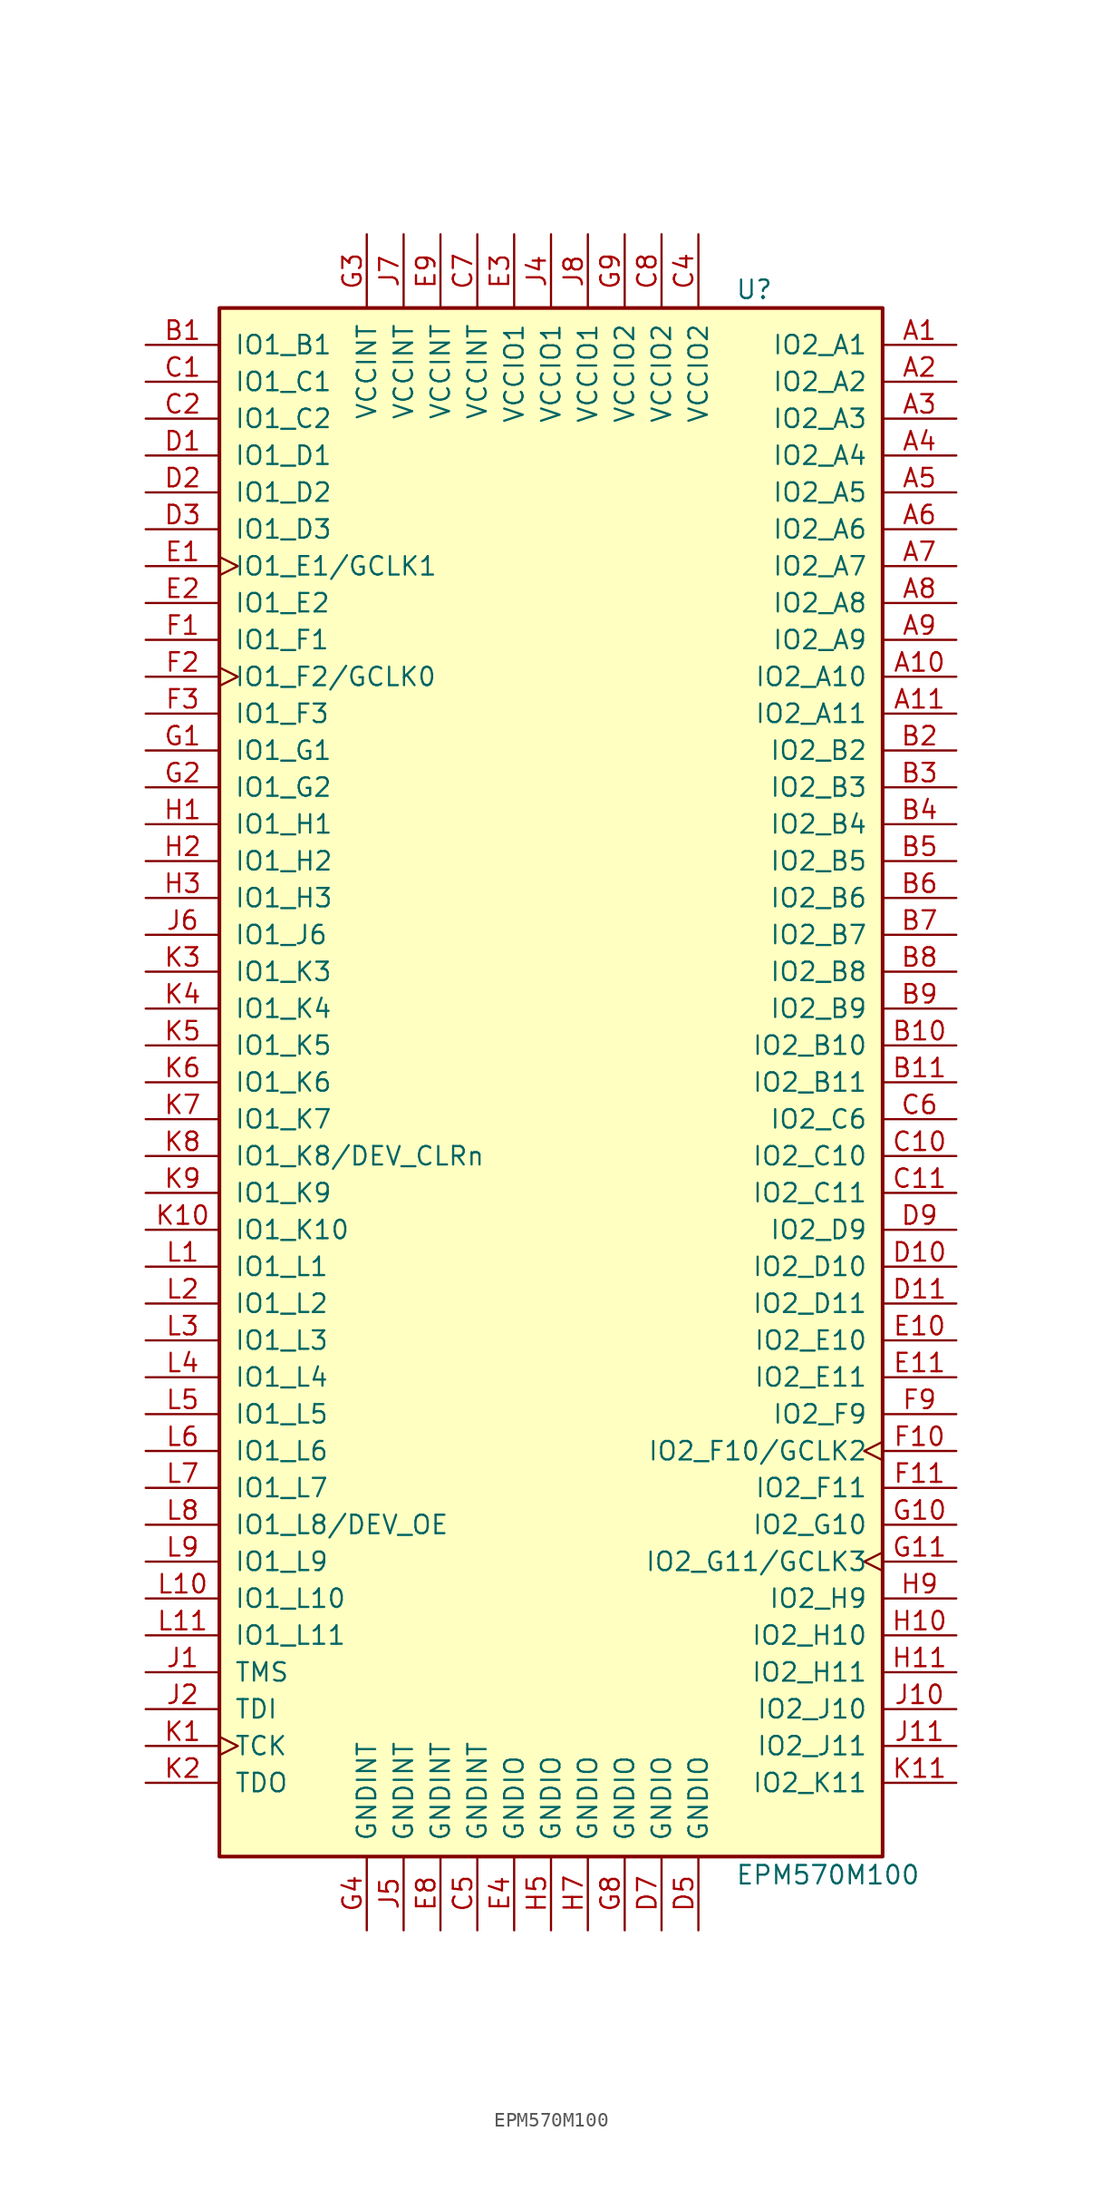
<source format=kicad_sym>
(kicad_symbol_lib
  (version 20211014)
  (generator kicad_symbol_editor)
  (symbol "EPM570M100"
    (pin_names
      (offset 1.016))
    (property "Reference" "U"
      (at 12.7 54.61 0)
      (effects (font (size 1.27 1.27)) (justify left)))
    (property "Value" "EPM570M100"
      (at 12.7 -54.61 0)
      (effects (font (size 1.27 1.27)) (justify left)))
    (property "ki_locked" ""
      (at 0 0 0)
      (effects (font (size 1.27 1.27))))
    (symbol "EPM570M100_1_1"
      (rectangle (start -22.86 53.34) (end 22.86 -53.34) (stroke (width 0.254) (type default) (color 0 0 0 0)) (fill (type background)))
      (pin bidirectional line (at 27.94 50.8 180) (length 5.08) (name "IO2_A1" (effects (font (size 1.27 1.27)))) (number "A1" (effects (font (size 1.27 1.27)))))
      (pin bidirectional line (at 27.94 27.94 180) (length 5.08) (name "IO2_A10" (effects (font (size 1.27 1.27)))) (number "A10" (effects (font (size 1.27 1.27)))))
      (pin bidirectional line (at 27.94 25.4 180) (length 5.08) (name "IO2_A11" (effects (font (size 1.27 1.27)))) (number "A11" (effects (font (size 1.27 1.27)))))
      (pin bidirectional line (at 27.94 48.26 180) (length 5.08) (name "IO2_A2" (effects (font (size 1.27 1.27)))) (number "A2" (effects (font (size 1.27 1.27)))))
      (pin bidirectional line (at 27.94 45.72 180) (length 5.08) (name "IO2_A3" (effects (font (size 1.27 1.27)))) (number "A3" (effects (font (size 1.27 1.27)))))
      (pin bidirectional line (at 27.94 43.18 180) (length 5.08) (name "IO2_A4" (effects (font (size 1.27 1.27)))) (number "A4" (effects (font (size 1.27 1.27)))))
      (pin bidirectional line (at 27.94 40.64 180) (length 5.08) (name "IO2_A5" (effects (font (size 1.27 1.27)))) (number "A5" (effects (font (size 1.27 1.27)))))
      (pin bidirectional line (at 27.94 38.1 180) (length 5.08) (name "IO2_A6" (effects (font (size 1.27 1.27)))) (number "A6" (effects (font (size 1.27 1.27)))))
      (pin bidirectional line (at 27.94 35.56 180) (length 5.08) (name "IO2_A7" (effects (font (size 1.27 1.27)))) (number "A7" (effects (font (size 1.27 1.27)))))
      (pin bidirectional line (at 27.94 33.02 180) (length 5.08) (name "IO2_A8" (effects (font (size 1.27 1.27)))) (number "A8" (effects (font (size 1.27 1.27)))))
      (pin bidirectional line (at 27.94 30.48 180) (length 5.08) (name "IO2_A9" (effects (font (size 1.27 1.27)))) (number "A9" (effects (font (size 1.27 1.27)))))
      (pin bidirectional line (at -27.94 50.8 0) (length 5.08) (name "IO1_B1" (effects (font (size 1.27 1.27)))) (number "B1" (effects (font (size 1.27 1.27)))))
      (pin bidirectional line (at 27.94 2.54 180) (length 5.08) (name "IO2_B10" (effects (font (size 1.27 1.27)))) (number "B10" (effects (font (size 1.27 1.27)))))
      (pin bidirectional line (at 27.94 0 180) (length 5.08) (name "IO2_B11" (effects (font (size 1.27 1.27)))) (number "B11" (effects (font (size 1.27 1.27)))))
      (pin bidirectional line (at 27.94 22.86 180) (length 5.08) (name "IO2_B2" (effects (font (size 1.27 1.27)))) (number "B2" (effects (font (size 1.27 1.27)))))
      (pin bidirectional line (at 27.94 20.32 180) (length 5.08) (name "IO2_B3" (effects (font (size 1.27 1.27)))) (number "B3" (effects (font (size 1.27 1.27)))))
      (pin bidirectional line (at 27.94 17.78 180) (length 5.08) (name "IO2_B4" (effects (font (size 1.27 1.27)))) (number "B4" (effects (font (size 1.27 1.27)))))
      (pin bidirectional line (at 27.94 15.24 180) (length 5.08) (name "IO2_B5" (effects (font (size 1.27 1.27)))) (number "B5" (effects (font (size 1.27 1.27)))))
      (pin bidirectional line (at 27.94 12.7 180) (length 5.08) (name "IO2_B6" (effects (font (size 1.27 1.27)))) (number "B6" (effects (font (size 1.27 1.27)))))
      (pin bidirectional line (at 27.94 10.16 180) (length 5.08) (name "IO2_B7" (effects (font (size 1.27 1.27)))) (number "B7" (effects (font (size 1.27 1.27)))))
      (pin bidirectional line (at 27.94 7.62 180) (length 5.08) (name "IO2_B8" (effects (font (size 1.27 1.27)))) (number "B8" (effects (font (size 1.27 1.27)))))
      (pin bidirectional line (at 27.94 5.08 180) (length 5.08) (name "IO2_B9" (effects (font (size 1.27 1.27)))) (number "B9" (effects (font (size 1.27 1.27)))))
      (pin bidirectional line (at -27.94 48.26 0) (length 5.08) (name "IO1_C1" (effects (font (size 1.27 1.27)))) (number "C1" (effects (font (size 1.27 1.27)))))
      (pin bidirectional line (at 27.94 -5.08 180) (length 5.08) (name "IO2_C10" (effects (font (size 1.27 1.27)))) (number "C10" (effects (font (size 1.27 1.27)))))
      (pin bidirectional line (at 27.94 -7.62 180) (length 5.08) (name "IO2_C11" (effects (font (size 1.27 1.27)))) (number "C11" (effects (font (size 1.27 1.27)))))
      (pin bidirectional line (at -27.94 45.72 0) (length 5.08) (name "IO1_C2" (effects (font (size 1.27 1.27)))) (number "C2" (effects (font (size 1.27 1.27)))))
      (pin power_in line (at 10.16 58.42 270) (length 5.08) (name "VCCIO2" (effects (font (size 1.27 1.27)))) (number "C4" (effects (font (size 1.27 1.27)))))
      (pin power_in line (at -5.08 -58.42 90) (length 5.08) (name "GNDINT" (effects (font (size 1.27 1.27)))) (number "C5" (effects (font (size 1.27 1.27)))))
      (pin bidirectional line (at 27.94 -2.54 180) (length 5.08) (name "IO2_C6" (effects (font (size 1.27 1.27)))) (number "C6" (effects (font (size 1.27 1.27)))))
      (pin power_in line (at -5.08 58.42 270) (length 5.08) (name "VCCINT" (effects (font (size 1.27 1.27)))) (number "C7" (effects (font (size 1.27 1.27)))))
      (pin power_in line (at 7.62 58.42 270) (length 5.08) (name "VCCIO2" (effects (font (size 1.27 1.27)))) (number "C8" (effects (font (size 1.27 1.27)))))
      (pin bidirectional line (at -27.94 43.18 0) (length 5.08) (name "IO1_D1" (effects (font (size 1.27 1.27)))) (number "D1" (effects (font (size 1.27 1.27)))))
      (pin bidirectional line (at 27.94 -12.7 180) (length 5.08) (name "IO2_D10" (effects (font (size 1.27 1.27)))) (number "D10" (effects (font (size 1.27 1.27)))))
      (pin bidirectional line (at 27.94 -15.24 180) (length 5.08) (name "IO2_D11" (effects (font (size 1.27 1.27)))) (number "D11" (effects (font (size 1.27 1.27)))))
      (pin bidirectional line (at -27.94 40.64 0) (length 5.08) (name "IO1_D2" (effects (font (size 1.27 1.27)))) (number "D2" (effects (font (size 1.27 1.27)))))
      (pin bidirectional line (at -27.94 38.1 0) (length 5.08) (name "IO1_D3" (effects (font (size 1.27 1.27)))) (number "D3" (effects (font (size 1.27 1.27)))))
      (pin power_in line (at 10.16 -58.42 90) (length 5.08) (name "GNDIO" (effects (font (size 1.27 1.27)))) (number "D5" (effects (font (size 1.27 1.27)))))
      (pin power_in line (at 7.62 -58.42 90) (length 5.08) (name "GNDIO" (effects (font (size 1.27 1.27)))) (number "D7" (effects (font (size 1.27 1.27)))))
      (pin bidirectional line (at 27.94 -10.16 180) (length 5.08) (name "IO2_D9" (effects (font (size 1.27 1.27)))) (number "D9" (effects (font (size 1.27 1.27)))))
      (pin bidirectional clock (at -27.94 35.56 0) (length 5.08) (name "IO1_E1/GCLK1" (effects (font (size 1.27 1.27)))) (number "E1" (effects (font (size 1.27 1.27)))))
      (pin bidirectional line (at 27.94 -17.78 180) (length 5.08) (name "IO2_E10" (effects (font (size 1.27 1.27)))) (number "E10" (effects (font (size 1.27 1.27)))))
      (pin bidirectional line (at 27.94 -20.32 180) (length 5.08) (name "IO2_E11" (effects (font (size 1.27 1.27)))) (number "E11" (effects (font (size 1.27 1.27)))))
      (pin bidirectional line (at -27.94 33.02 0) (length 5.08) (name "IO1_E2" (effects (font (size 1.27 1.27)))) (number "E2" (effects (font (size 1.27 1.27)))))
      (pin power_in line (at -2.54 58.42 270) (length 5.08) (name "VCCIO1" (effects (font (size 1.27 1.27)))) (number "E3" (effects (font (size 1.27 1.27)))))
      (pin power_in line (at -2.54 -58.42 90) (length 5.08) (name "GNDIO" (effects (font (size 1.27 1.27)))) (number "E4" (effects (font (size 1.27 1.27)))))
      (pin power_in line (at -7.62 -58.42 90) (length 5.08) (name "GNDINT" (effects (font (size 1.27 1.27)))) (number "E8" (effects (font (size 1.27 1.27)))))
      (pin power_in line (at -7.62 58.42 270) (length 5.08) (name "VCCINT" (effects (font (size 1.27 1.27)))) (number "E9" (effects (font (size 1.27 1.27)))))
      (pin bidirectional line (at -27.94 30.48 0) (length 5.08) (name "IO1_F1" (effects (font (size 1.27 1.27)))) (number "F1" (effects (font (size 1.27 1.27)))))
      (pin bidirectional clock (at 27.94 -25.4 180) (length 5.08) (name "IO2_F10/GCLK2" (effects (font (size 1.27 1.27)))) (number "F10" (effects (font (size 1.27 1.27)))))
      (pin bidirectional line (at 27.94 -27.94 180) (length 5.08) (name "IO2_F11" (effects (font (size 1.27 1.27)))) (number "F11" (effects (font (size 1.27 1.27)))))
      (pin bidirectional clock (at -27.94 27.94 0) (length 5.08) (name "IO1_F2/GCLK0" (effects (font (size 1.27 1.27)))) (number "F2" (effects (font (size 1.27 1.27)))))
      (pin bidirectional line (at -27.94 25.4 0) (length 5.08) (name "IO1_F3" (effects (font (size 1.27 1.27)))) (number "F3" (effects (font (size 1.27 1.27)))))
      (pin bidirectional line (at 27.94 -22.86 180) (length 5.08) (name "IO2_F9" (effects (font (size 1.27 1.27)))) (number "F9" (effects (font (size 1.27 1.27)))))
      (pin bidirectional line (at -27.94 22.86 0) (length 5.08) (name "IO1_G1" (effects (font (size 1.27 1.27)))) (number "G1" (effects (font (size 1.27 1.27)))))
      (pin bidirectional line (at 27.94 -30.48 180) (length 5.08) (name "IO2_G10" (effects (font (size 1.27 1.27)))) (number "G10" (effects (font (size 1.27 1.27)))))
      (pin bidirectional clock (at 27.94 -33.02 180) (length 5.08) (name "IO2_G11/GCLK3" (effects (font (size 1.27 1.27)))) (number "G11" (effects (font (size 1.27 1.27)))))
      (pin bidirectional line (at -27.94 20.32 0) (length 5.08) (name "IO1_G2" (effects (font (size 1.27 1.27)))) (number "G2" (effects (font (size 1.27 1.27)))))
      (pin power_in line (at -12.7 58.42 270) (length 5.08) (name "VCCINT" (effects (font (size 1.27 1.27)))) (number "G3" (effects (font (size 1.27 1.27)))))
      (pin power_in line (at -12.7 -58.42 90) (length 5.08) (name "GNDINT" (effects (font (size 1.27 1.27)))) (number "G4" (effects (font (size 1.27 1.27)))))
      (pin power_in line (at 5.08 -58.42 90) (length 5.08) (name "GNDIO" (effects (font (size 1.27 1.27)))) (number "G8" (effects (font (size 1.27 1.27)))))
      (pin power_in line (at 5.08 58.42 270) (length 5.08) (name "VCCIO2" (effects (font (size 1.27 1.27)))) (number "G9" (effects (font (size 1.27 1.27)))))
      (pin bidirectional line (at -27.94 17.78 0) (length 5.08) (name "IO1_H1" (effects (font (size 1.27 1.27)))) (number "H1" (effects (font (size 1.27 1.27)))))
      (pin bidirectional line (at 27.94 -38.1 180) (length 5.08) (name "IO2_H10" (effects (font (size 1.27 1.27)))) (number "H10" (effects (font (size 1.27 1.27)))))
      (pin bidirectional line (at 27.94 -40.64 180) (length 5.08) (name "IO2_H11" (effects (font (size 1.27 1.27)))) (number "H11" (effects (font (size 1.27 1.27)))))
      (pin bidirectional line (at -27.94 15.24 0) (length 5.08) (name "IO1_H2" (effects (font (size 1.27 1.27)))) (number "H2" (effects (font (size 1.27 1.27)))))
      (pin bidirectional line (at -27.94 12.7 0) (length 5.08) (name "IO1_H3" (effects (font (size 1.27 1.27)))) (number "H3" (effects (font (size 1.27 1.27)))))
      (pin power_in line (at 0 -58.42 90) (length 5.08) (name "GNDIO" (effects (font (size 1.27 1.27)))) (number "H5" (effects (font (size 1.27 1.27)))))
      (pin power_in line (at 2.54 -58.42 90) (length 5.08) (name "GNDIO" (effects (font (size 1.27 1.27)))) (number "H7" (effects (font (size 1.27 1.27)))))
      (pin bidirectional line (at 27.94 -35.56 180) (length 5.08) (name "IO2_H9" (effects (font (size 1.27 1.27)))) (number "H9" (effects (font (size 1.27 1.27)))))
      (pin input line (at -27.94 -40.64 0) (length 5.08) (name "TMS" (effects (font (size 1.27 1.27)))) (number "J1" (effects (font (size 1.27 1.27)))))
      (pin bidirectional line (at 27.94 -43.18 180) (length 5.08) (name "IO2_J10" (effects (font (size 1.27 1.27)))) (number "J10" (effects (font (size 1.27 1.27)))))
      (pin bidirectional line (at 27.94 -45.72 180) (length 5.08) (name "IO2_J11" (effects (font (size 1.27 1.27)))) (number "J11" (effects (font (size 1.27 1.27)))))
      (pin input line (at -27.94 -43.18 0) (length 5.08) (name "TDI" (effects (font (size 1.27 1.27)))) (number "J2" (effects (font (size 1.27 1.27)))))
      (pin power_in line (at 0 58.42 270) (length 5.08) (name "VCCIO1" (effects (font (size 1.27 1.27)))) (number "J4" (effects (font (size 1.27 1.27)))))
      (pin power_in line (at -10.16 -58.42 90) (length 5.08) (name "GNDINT" (effects (font (size 1.27 1.27)))) (number "J5" (effects (font (size 1.27 1.27)))))
      (pin bidirectional line (at -27.94 10.16 0) (length 5.08) (name "IO1_J6" (effects (font (size 1.27 1.27)))) (number "J6" (effects (font (size 1.27 1.27)))))
      (pin power_in line (at -10.16 58.42 270) (length 5.08) (name "VCCINT" (effects (font (size 1.27 1.27)))) (number "J7" (effects (font (size 1.27 1.27)))))
      (pin power_in line (at 2.54 58.42 270) (length 5.08) (name "VCCIO1" (effects (font (size 1.27 1.27)))) (number "J8" (effects (font (size 1.27 1.27)))))
      (pin input clock (at -27.94 -45.72 0) (length 5.08) (name "TCK" (effects (font (size 1.27 1.27)))) (number "K1" (effects (font (size 1.27 1.27)))))
      (pin bidirectional line (at -27.94 -10.16 0) (length 5.08) (name "IO1_K10" (effects (font (size 1.27 1.27)))) (number "K10" (effects (font (size 1.27 1.27)))))
      (pin bidirectional line (at 27.94 -48.26 180) (length 5.08) (name "IO2_K11" (effects (font (size 1.27 1.27)))) (number "K11" (effects (font (size 1.27 1.27)))))
      (pin output line (at -27.94 -48.26 0) (length 5.08) (name "TDO" (effects (font (size 1.27 1.27)))) (number "K2" (effects (font (size 1.27 1.27)))))
      (pin bidirectional line (at -27.94 7.62 0) (length 5.08) (name "IO1_K3" (effects (font (size 1.27 1.27)))) (number "K3" (effects (font (size 1.27 1.27)))))
      (pin bidirectional line (at -27.94 5.08 0) (length 5.08) (name "IO1_K4" (effects (font (size 1.27 1.27)))) (number "K4" (effects (font (size 1.27 1.27)))))
      (pin bidirectional line (at -27.94 2.54 0) (length 5.08) (name "IO1_K5" (effects (font (size 1.27 1.27)))) (number "K5" (effects (font (size 1.27 1.27)))))
      (pin bidirectional line (at -27.94 0 0) (length 5.08) (name "IO1_K6" (effects (font (size 1.27 1.27)))) (number "K6" (effects (font (size 1.27 1.27)))))
      (pin bidirectional line (at -27.94 -2.54 0) (length 5.08) (name "IO1_K7" (effects (font (size 1.27 1.27)))) (number "K7" (effects (font (size 1.27 1.27)))))
      (pin bidirectional line (at -27.94 -5.08 0) (length 5.08) (name "IO1_K8/DEV_CLRn" (effects (font (size 1.27 1.27)))) (number "K8" (effects (font (size 1.27 1.27)))))
      (pin bidirectional line (at -27.94 -7.62 0) (length 5.08) (name "IO1_K9" (effects (font (size 1.27 1.27)))) (number "K9" (effects (font (size 1.27 1.27)))))
      (pin bidirectional line (at -27.94 -12.7 0) (length 5.08) (name "IO1_L1" (effects (font (size 1.27 1.27)))) (number "L1" (effects (font (size 1.27 1.27)))))
      (pin bidirectional line (at -27.94 -35.56 0) (length 5.08) (name "IO1_L10" (effects (font (size 1.27 1.27)))) (number "L10" (effects (font (size 1.27 1.27)))))
      (pin bidirectional line (at -27.94 -38.1 0) (length 5.08) (name "IO1_L11" (effects (font (size 1.27 1.27)))) (number "L11" (effects (font (size 1.27 1.27)))))
      (pin bidirectional line (at -27.94 -15.24 0) (length 5.08) (name "IO1_L2" (effects (font (size 1.27 1.27)))) (number "L2" (effects (font (size 1.27 1.27)))))
      (pin bidirectional line (at -27.94 -17.78 0) (length 5.08) (name "IO1_L3" (effects (font (size 1.27 1.27)))) (number "L3" (effects (font (size 1.27 1.27)))))
      (pin bidirectional line (at -27.94 -20.32 0) (length 5.08) (name "IO1_L4" (effects (font (size 1.27 1.27)))) (number "L4" (effects (font (size 1.27 1.27)))))
      (pin bidirectional line (at -27.94 -22.86 0) (length 5.08) (name "IO1_L5" (effects (font (size 1.27 1.27)))) (number "L5" (effects (font (size 1.27 1.27)))))
      (pin bidirectional line (at -27.94 -25.4 0) (length 5.08) (name "IO1_L6" (effects (font (size 1.27 1.27)))) (number "L6" (effects (font (size 1.27 1.27)))))
      (pin bidirectional line (at -27.94 -27.94 0) (length 5.08) (name "IO1_L7" (effects (font (size 1.27 1.27)))) (number "L7" (effects (font (size 1.27 1.27)))))
      (pin bidirectional line (at -27.94 -30.48 0) (length 5.08) (name "IO1_L8/DEV_OE" (effects (font (size 1.27 1.27)))) (number "L8" (effects (font (size 1.27 1.27)))))
      (pin bidirectional line (at -27.94 -33.02 0) (length 5.08) (name "IO1_L9" (effects (font (size 1.27 1.27)))) (number "L9" (effects (font (size 1.27 1.27))))))))
</source>
